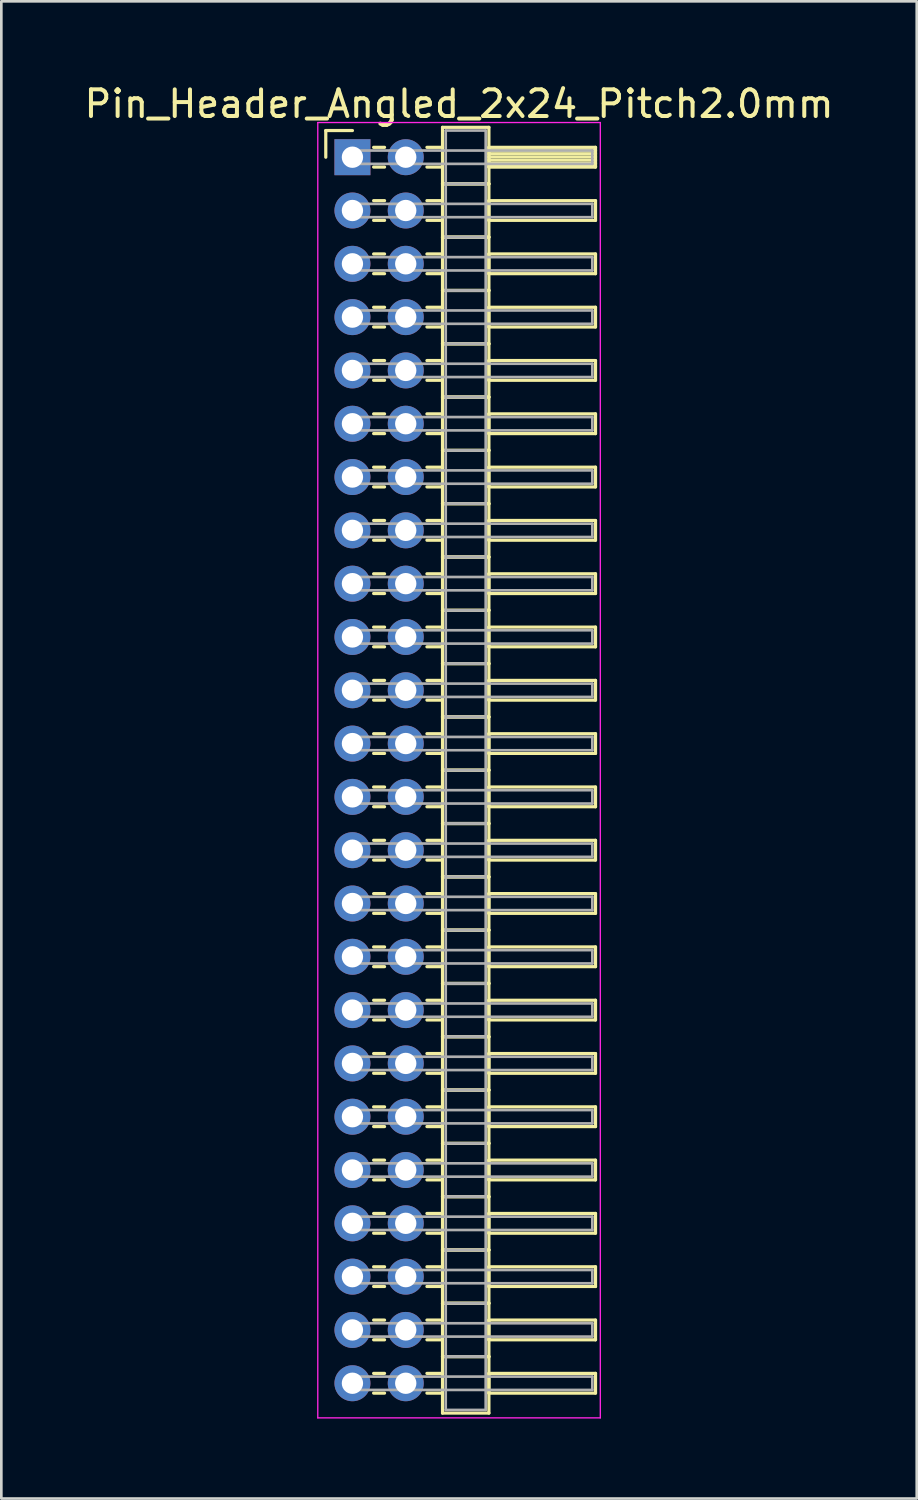
<source format=kicad_pcb>
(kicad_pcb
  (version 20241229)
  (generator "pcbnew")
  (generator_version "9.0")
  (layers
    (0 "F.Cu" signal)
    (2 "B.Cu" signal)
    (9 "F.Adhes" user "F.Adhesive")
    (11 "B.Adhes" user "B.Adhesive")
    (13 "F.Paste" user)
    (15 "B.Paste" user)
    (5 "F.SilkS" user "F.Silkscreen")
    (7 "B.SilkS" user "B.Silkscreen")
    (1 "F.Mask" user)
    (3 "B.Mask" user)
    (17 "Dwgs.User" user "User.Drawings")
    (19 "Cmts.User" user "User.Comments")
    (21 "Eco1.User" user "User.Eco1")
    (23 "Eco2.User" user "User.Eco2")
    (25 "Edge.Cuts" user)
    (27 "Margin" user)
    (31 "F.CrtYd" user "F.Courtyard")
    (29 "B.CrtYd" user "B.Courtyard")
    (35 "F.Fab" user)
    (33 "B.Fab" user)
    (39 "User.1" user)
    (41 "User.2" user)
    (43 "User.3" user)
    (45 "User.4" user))
  (footprint "Pin_Header_Angled_2x24_Pitch2.0mm"
    (layer "F.Cu")
    (at 10.173 2.848)
    (property "Reference" "Pin_Header_Angled_2x24_Pitch2.0mm" (at 4 -2 0) (layer "F.SilkS") (effects (font (size 1 1) (thickness 0.15))))
    (attr through_hole)
    (fp_line (start -1 -1) (end 0 -1) (stroke (width 0.12) (type solid)) (layer "F.SilkS"))
    (fp_line (start -1 0) (end -1 -1) (stroke (width 0.12) (type solid)) (layer "F.SilkS"))
    (fp_line (start 0.795 -0.37) (end 1.205 -0.37) (stroke (width 0.12) (type solid)) (layer "F.SilkS"))
    (fp_line (start 0.795 0.37) (end 1.205 0.37) (stroke (width 0.12) (type solid)) (layer "F.SilkS"))
    (fp_line (start 0.795 1.63) (end 1.205 1.63) (stroke (width 0.12) (type solid)) (layer "F.SilkS"))
    (fp_line (start 0.795 2.37) (end 1.205 2.37) (stroke (width 0.12) (type solid)) (layer "F.SilkS"))
    (fp_line (start 0.795 3.63) (end 1.205 3.63) (stroke (width 0.12) (type solid)) (layer "F.SilkS"))
    (fp_line (start 0.795 4.37) (end 1.205 4.37) (stroke (width 0.12) (type solid)) (layer "F.SilkS"))
    (fp_line (start 0.795 5.63) (end 1.205 5.63) (stroke (width 0.12) (type solid)) (layer "F.SilkS"))
    (fp_line (start 0.795 6.37) (end 1.205 6.37) (stroke (width 0.12) (type solid)) (layer "F.SilkS"))
    (fp_line (start 0.795 7.63) (end 1.205 7.63) (stroke (width 0.12) (type solid)) (layer "F.SilkS"))
    (fp_line (start 0.795 8.37) (end 1.205 8.37) (stroke (width 0.12) (type solid)) (layer "F.SilkS"))
    (fp_line (start 0.795 9.63) (end 1.205 9.63) (stroke (width 0.12) (type solid)) (layer "F.SilkS"))
    (fp_line (start 0.795 10.37) (end 1.205 10.37) (stroke (width 0.12) (type solid)) (layer "F.SilkS"))
    (fp_line (start 0.795 11.63) (end 1.205 11.63) (stroke (width 0.12) (type solid)) (layer "F.SilkS"))
    (fp_line (start 0.795 12.37) (end 1.205 12.37) (stroke (width 0.12) (type solid)) (layer "F.SilkS"))
    (fp_line (start 0.795 13.63) (end 1.205 13.63) (stroke (width 0.12) (type solid)) (layer "F.SilkS"))
    (fp_line (start 0.795 14.37) (end 1.205 14.37) (stroke (width 0.12) (type solid)) (layer "F.SilkS"))
    (fp_line (start 0.795 15.63) (end 1.205 15.63) (stroke (width 0.12) (type solid)) (layer "F.SilkS"))
    (fp_line (start 0.795 16.37) (end 1.205 16.37) (stroke (width 0.12) (type solid)) (layer "F.SilkS"))
    (fp_line (start 0.795 17.63) (end 1.205 17.63) (stroke (width 0.12) (type solid)) (layer "F.SilkS"))
    (fp_line (start 0.795 18.37) (end 1.205 18.37) (stroke (width 0.12) (type solid)) (layer "F.SilkS"))
    (fp_line (start 0.795 19.63) (end 1.205 19.63) (stroke (width 0.12) (type solid)) (layer "F.SilkS"))
    (fp_line (start 0.795 20.37) (end 1.205 20.37) (stroke (width 0.12) (type solid)) (layer "F.SilkS"))
    (fp_line (start 0.795 21.63) (end 1.205 21.63) (stroke (width 0.12) (type solid)) (layer "F.SilkS"))
    (fp_line (start 0.795 22.37) (end 1.205 22.37) (stroke (width 0.12) (type solid)) (layer "F.SilkS"))
    (fp_line (start 0.795 23.63) (end 1.205 23.63) (stroke (width 0.12) (type solid)) (layer "F.SilkS"))
    (fp_line (start 0.795 24.37) (end 1.205 24.37) (stroke (width 0.12) (type solid)) (layer "F.SilkS"))
    (fp_line (start 0.795 25.63) (end 1.205 25.63) (stroke (width 0.12) (type solid)) (layer "F.SilkS"))
    (fp_line (start 0.795 26.37) (end 1.205 26.37) (stroke (width 0.12) (type solid)) (layer "F.SilkS"))
    (fp_line (start 0.795 27.63) (end 1.205 27.63) (stroke (width 0.12) (type solid)) (layer "F.SilkS"))
    (fp_line (start 0.795 28.37) (end 1.205 28.37) (stroke (width 0.12) (type solid)) (layer "F.SilkS"))
    (fp_line (start 0.795 29.63) (end 1.205 29.63) (stroke (width 0.12) (type solid)) (layer "F.SilkS"))
    (fp_line (start 0.795 30.37) (end 1.205 30.37) (stroke (width 0.12) (type solid)) (layer "F.SilkS"))
    (fp_line (start 0.795 31.63) (end 1.205 31.63) (stroke (width 0.12) (type solid)) (layer "F.SilkS"))
    (fp_line (start 0.795 32.37) (end 1.205 32.37) (stroke (width 0.12) (type solid)) (layer "F.SilkS"))
    (fp_line (start 0.795 33.63) (end 1.205 33.63) (stroke (width 0.12) (type solid)) (layer "F.SilkS"))
    (fp_line (start 0.795 34.37) (end 1.205 34.37) (stroke (width 0.12) (type solid)) (layer "F.SilkS"))
    (fp_line (start 0.795 35.63) (end 1.205 35.63) (stroke (width 0.12) (type solid)) (layer "F.SilkS"))
    (fp_line (start 0.795 36.37) (end 1.205 36.37) (stroke (width 0.12) (type solid)) (layer "F.SilkS"))
    (fp_line (start 0.795 37.63) (end 1.205 37.63) (stroke (width 0.12) (type solid)) (layer "F.SilkS"))
    (fp_line (start 0.795 38.37) (end 1.205 38.37) (stroke (width 0.12) (type solid)) (layer "F.SilkS"))
    (fp_line (start 0.795 39.63) (end 1.205 39.63) (stroke (width 0.12) (type solid)) (layer "F.SilkS"))
    (fp_line (start 0.795 40.37) (end 1.205 40.37) (stroke (width 0.12) (type solid)) (layer "F.SilkS"))
    (fp_line (start 0.795 41.63) (end 1.205 41.63) (stroke (width 0.12) (type solid)) (layer "F.SilkS"))
    (fp_line (start 0.795 42.37) (end 1.205 42.37) (stroke (width 0.12) (type solid)) (layer "F.SilkS"))
    (fp_line (start 0.795 43.63) (end 1.205 43.63) (stroke (width 0.12) (type solid)) (layer "F.SilkS"))
    (fp_line (start 0.795 44.37) (end 1.205 44.37) (stroke (width 0.12) (type solid)) (layer "F.SilkS"))
    (fp_line (start 0.795 45.63) (end 1.205 45.63) (stroke (width 0.12) (type solid)) (layer "F.SilkS"))
    (fp_line (start 0.795 46.37) (end 1.205 46.37) (stroke (width 0.12) (type solid)) (layer "F.SilkS"))
    (fp_line (start 2.795 -0.37) (end 3.38 -0.37) (stroke (width 0.12) (type solid)) (layer "F.SilkS"))
    (fp_line (start 2.795 0.37) (end 3.38 0.37) (stroke (width 0.12) (type solid)) (layer "F.SilkS"))
    (fp_line (start 2.795 1.63) (end 3.38 1.63) (stroke (width 0.12) (type solid)) (layer "F.SilkS"))
    (fp_line (start 2.795 2.37) (end 3.38 2.37) (stroke (width 0.12) (type solid)) (layer "F.SilkS"))
    (fp_line (start 2.795 3.63) (end 3.38 3.63) (stroke (width 0.12) (type solid)) (layer "F.SilkS"))
    (fp_line (start 2.795 4.37) (end 3.38 4.37) (stroke (width 0.12) (type solid)) (layer "F.SilkS"))
    (fp_line (start 2.795 5.63) (end 3.38 5.63) (stroke (width 0.12) (type solid)) (layer "F.SilkS"))
    (fp_line (start 2.795 6.37) (end 3.38 6.37) (stroke (width 0.12) (type solid)) (layer "F.SilkS"))
    (fp_line (start 2.795 7.63) (end 3.38 7.63) (stroke (width 0.12) (type solid)) (layer "F.SilkS"))
    (fp_line (start 2.795 8.37) (end 3.38 8.37) (stroke (width 0.12) (type solid)) (layer "F.SilkS"))
    (fp_line (start 2.795 9.63) (end 3.38 9.63) (stroke (width 0.12) (type solid)) (layer "F.SilkS"))
    (fp_line (start 2.795 10.37) (end 3.38 10.37) (stroke (width 0.12) (type solid)) (layer "F.SilkS"))
    (fp_line (start 2.795 11.63) (end 3.38 11.63) (stroke (width 0.12) (type solid)) (layer "F.SilkS"))
    (fp_line (start 2.795 12.37) (end 3.38 12.37) (stroke (width 0.12) (type solid)) (layer "F.SilkS"))
    (fp_line (start 2.795 13.63) (end 3.38 13.63) (stroke (width 0.12) (type solid)) (layer "F.SilkS"))
    (fp_line (start 2.795 14.37) (end 3.38 14.37) (stroke (width 0.12) (type solid)) (layer "F.SilkS"))
    (fp_line (start 2.795 15.63) (end 3.38 15.63) (stroke (width 0.12) (type solid)) (layer "F.SilkS"))
    (fp_line (start 2.795 16.37) (end 3.38 16.37) (stroke (width 0.12) (type solid)) (layer "F.SilkS"))
    (fp_line (start 2.795 17.63) (end 3.38 17.63) (stroke (width 0.12) (type solid)) (layer "F.SilkS"))
    (fp_line (start 2.795 18.37) (end 3.38 18.37) (stroke (width 0.12) (type solid)) (layer "F.SilkS"))
    (fp_line (start 2.795 19.63) (end 3.38 19.63) (stroke (width 0.12) (type solid)) (layer "F.SilkS"))
    (fp_line (start 2.795 20.37) (end 3.38 20.37) (stroke (width 0.12) (type solid)) (layer "F.SilkS"))
    (fp_line (start 2.795 21.63) (end 3.38 21.63) (stroke (width 0.12) (type solid)) (layer "F.SilkS"))
    (fp_line (start 2.795 22.37) (end 3.38 22.37) (stroke (width 0.12) (type solid)) (layer "F.SilkS"))
    (fp_line (start 2.795 23.63) (end 3.38 23.63) (stroke (width 0.12) (type solid)) (layer "F.SilkS"))
    (fp_line (start 2.795 24.37) (end 3.38 24.37) (stroke (width 0.12) (type solid)) (layer "F.SilkS"))
    (fp_line (start 2.795 25.63) (end 3.38 25.63) (stroke (width 0.12) (type solid)) (layer "F.SilkS"))
    (fp_line (start 2.795 26.37) (end 3.38 26.37) (stroke (width 0.12) (type solid)) (layer "F.SilkS"))
    (fp_line (start 2.795 27.63) (end 3.38 27.63) (stroke (width 0.12) (type solid)) (layer "F.SilkS"))
    (fp_line (start 2.795 28.37) (end 3.38 28.37) (stroke (width 0.12) (type solid)) (layer "F.SilkS"))
    (fp_line (start 2.795 29.63) (end 3.38 29.63) (stroke (width 0.12) (type solid)) (layer "F.SilkS"))
    (fp_line (start 2.795 30.37) (end 3.38 30.37) (stroke (width 0.12) (type solid)) (layer "F.SilkS"))
    (fp_line (start 2.795 31.63) (end 3.38 31.63) (stroke (width 0.12) (type solid)) (layer "F.SilkS"))
    (fp_line (start 2.795 32.37) (end 3.38 32.37) (stroke (width 0.12) (type solid)) (layer "F.SilkS"))
    (fp_line (start 2.795 33.63) (end 3.38 33.63) (stroke (width 0.12) (type solid)) (layer "F.SilkS"))
    (fp_line (start 2.795 34.37) (end 3.38 34.37) (stroke (width 0.12) (type solid)) (layer "F.SilkS"))
    (fp_line (start 2.795 35.63) (end 3.38 35.63) (stroke (width 0.12) (type solid)) (layer "F.SilkS"))
    (fp_line (start 2.795 36.37) (end 3.38 36.37) (stroke (width 0.12) (type solid)) (layer "F.SilkS"))
    (fp_line (start 2.795 37.63) (end 3.38 37.63) (stroke (width 0.12) (type solid)) (layer "F.SilkS"))
    (fp_line (start 2.795 38.37) (end 3.38 38.37) (stroke (width 0.12) (type solid)) (layer "F.SilkS"))
    (fp_line (start 2.795 39.63) (end 3.38 39.63) (stroke (width 0.12) (type solid)) (layer "F.SilkS"))
    (fp_line (start 2.795 40.37) (end 3.38 40.37) (stroke (width 0.12) (type solid)) (layer "F.SilkS"))
    (fp_line (start 2.795 41.63) (end 3.38 41.63) (stroke (width 0.12) (type solid)) (layer "F.SilkS"))
    (fp_line (start 2.795 42.37) (end 3.38 42.37) (stroke (width 0.12) (type solid)) (layer "F.SilkS"))
    (fp_line (start 2.795 43.63) (end 3.38 43.63) (stroke (width 0.12) (type solid)) (layer "F.SilkS"))
    (fp_line (start 2.795 44.37) (end 3.38 44.37) (stroke (width 0.12) (type solid)) (layer "F.SilkS"))
    (fp_line (start 2.795 45.63) (end 3.38 45.63) (stroke (width 0.12) (type solid)) (layer "F.SilkS"))
    (fp_line (start 2.795 46.37) (end 3.38 46.37) (stroke (width 0.12) (type solid)) (layer "F.SilkS"))
    (fp_line (start 3.38 -1.12) (end 3.38 1) (stroke (width 0.12) (type solid)) (layer "F.SilkS"))
    (fp_line (start 3.38 1) (end 3.38 3) (stroke (width 0.12) (type solid)) (layer "F.SilkS"))
    (fp_line (start 3.38 1) (end 5.12 1) (stroke (width 0.12) (type solid)) (layer "F.SilkS"))
    (fp_line (start 3.38 3) (end 3.38 5) (stroke (width 0.12) (type solid)) (layer "F.SilkS"))
    (fp_line (start 3.38 3) (end 5.12 3) (stroke (width 0.12) (type solid)) (layer "F.SilkS"))
    (fp_line (start 3.38 5) (end 3.38 7) (stroke (width 0.12) (type solid)) (layer "F.SilkS"))
    (fp_line (start 3.38 5) (end 5.12 5) (stroke (width 0.12) (type solid)) (layer "F.SilkS"))
    (fp_line (start 3.38 7) (end 3.38 9) (stroke (width 0.12) (type solid)) (layer "F.SilkS"))
    (fp_line (start 3.38 7) (end 5.12 7) (stroke (width 0.12) (type solid)) (layer "F.SilkS"))
    (fp_line (start 3.38 9) (end 3.38 11) (stroke (width 0.12) (type solid)) (layer "F.SilkS"))
    (fp_line (start 3.38 9) (end 5.12 9) (stroke (width 0.12) (type solid)) (layer "F.SilkS"))
    (fp_line (start 3.38 11) (end 3.38 13) (stroke (width 0.12) (type solid)) (layer "F.SilkS"))
    (fp_line (start 3.38 11) (end 5.12 11) (stroke (width 0.12) (type solid)) (layer "F.SilkS"))
    (fp_line (start 3.38 13) (end 3.38 15) (stroke (width 0.12) (type solid)) (layer "F.SilkS"))
    (fp_line (start 3.38 13) (end 5.12 13) (stroke (width 0.12) (type solid)) (layer "F.SilkS"))
    (fp_line (start 3.38 15) (end 3.38 17) (stroke (width 0.12) (type solid)) (layer "F.SilkS"))
    (fp_line (start 3.38 15) (end 5.12 15) (stroke (width 0.12) (type solid)) (layer "F.SilkS"))
    (fp_line (start 3.38 17) (end 3.38 19) (stroke (width 0.12) (type solid)) (layer "F.SilkS"))
    (fp_line (start 3.38 17) (end 5.12 17) (stroke (width 0.12) (type solid)) (layer "F.SilkS"))
    (fp_line (start 3.38 19) (end 3.38 21) (stroke (width 0.12) (type solid)) (layer "F.SilkS"))
    (fp_line (start 3.38 19) (end 5.12 19) (stroke (width 0.12) (type solid)) (layer "F.SilkS"))
    (fp_line (start 3.38 21) (end 3.38 23) (stroke (width 0.12) (type solid)) (layer "F.SilkS"))
    (fp_line (start 3.38 21) (end 5.12 21) (stroke (width 0.12) (type solid)) (layer "F.SilkS"))
    (fp_line (start 3.38 23) (end 3.38 25) (stroke (width 0.12) (type solid)) (layer "F.SilkS"))
    (fp_line (start 3.38 23) (end 5.12 23) (stroke (width 0.12) (type solid)) (layer "F.SilkS"))
    (fp_line (start 3.38 25) (end 3.38 27) (stroke (width 0.12) (type solid)) (layer "F.SilkS"))
    (fp_line (start 3.38 25) (end 5.12 25) (stroke (width 0.12) (type solid)) (layer "F.SilkS"))
    (fp_line (start 3.38 27) (end 3.38 29) (stroke (width 0.12) (type solid)) (layer "F.SilkS"))
    (fp_line (start 3.38 27) (end 5.12 27) (stroke (width 0.12) (type solid)) (layer "F.SilkS"))
    (fp_line (start 3.38 29) (end 3.38 31) (stroke (width 0.12) (type solid)) (layer "F.SilkS"))
    (fp_line (start 3.38 29) (end 5.12 29) (stroke (width 0.12) (type solid)) (layer "F.SilkS"))
    (fp_line (start 3.38 31) (end 3.38 33) (stroke (width 0.12) (type solid)) (layer "F.SilkS"))
    (fp_line (start 3.38 31) (end 5.12 31) (stroke (width 0.12) (type solid)) (layer "F.SilkS"))
    (fp_line (start 3.38 33) (end 3.38 35) (stroke (width 0.12) (type solid)) (layer "F.SilkS"))
    (fp_line (start 3.38 33) (end 5.12 33) (stroke (width 0.12) (type solid)) (layer "F.SilkS"))
    (fp_line (start 3.38 35) (end 3.38 37) (stroke (width 0.12) (type solid)) (layer "F.SilkS"))
    (fp_line (start 3.38 35) (end 5.12 35) (stroke (width 0.12) (type solid)) (layer "F.SilkS"))
    (fp_line (start 3.38 37) (end 3.38 39) (stroke (width 0.12) (type solid)) (layer "F.SilkS"))
    (fp_line (start 3.38 37) (end 5.12 37) (stroke (width 0.12) (type solid)) (layer "F.SilkS"))
    (fp_line (start 3.38 39) (end 3.38 41) (stroke (width 0.12) (type solid)) (layer "F.SilkS"))
    (fp_line (start 3.38 39) (end 5.12 39) (stroke (width 0.12) (type solid)) (layer "F.SilkS"))
    (fp_line (start 3.38 41) (end 3.38 43) (stroke (width 0.12) (type solid)) (layer "F.SilkS"))
    (fp_line (start 3.38 41) (end 5.12 41) (stroke (width 0.12) (type solid)) (layer "F.SilkS"))
    (fp_line (start 3.38 43) (end 3.38 45) (stroke (width 0.12) (type solid)) (layer "F.SilkS"))
    (fp_line (start 3.38 43) (end 5.12 43) (stroke (width 0.12) (type solid)) (layer "F.SilkS"))
    (fp_line (start 3.38 45) (end 3.38 47.12) (stroke (width 0.12) (type solid)) (layer "F.SilkS"))
    (fp_line (start 3.38 45) (end 5.12 45) (stroke (width 0.12) (type solid)) (layer "F.SilkS"))
    (fp_line (start 3.38 47.12) (end 5.12 47.12) (stroke (width 0.12) (type solid)) (layer "F.SilkS"))
    (fp_line (start 5.12 -1.12) (end 3.38 -1.12) (stroke (width 0.12) (type solid)) (layer "F.SilkS"))
    (fp_line (start 5.12 -0.37) (end 5.12 0.37) (stroke (width 0.12) (type solid)) (layer "F.SilkS"))
    (fp_line (start 5.12 -0.25) (end 9.12 -0.25) (stroke (width 0.12) (type solid)) (layer "F.SilkS"))
    (fp_line (start 5.12 -0.13) (end 9.12 -0.13) (stroke (width 0.12) (type solid)) (layer "F.SilkS"))
    (fp_line (start 5.12 -0.01) (end 9.12 -0.01) (stroke (width 0.12) (type solid)) (layer "F.SilkS"))
    (fp_line (start 5.12 0.11) (end 9.12 0.11) (stroke (width 0.12) (type solid)) (layer "F.SilkS"))
    (fp_line (start 5.12 0.23) (end 9.12 0.23) (stroke (width 0.12) (type solid)) (layer "F.SilkS"))
    (fp_line (start 5.12 0.35) (end 9.12 0.35) (stroke (width 0.12) (type solid)) (layer "F.SilkS"))
    (fp_line (start 5.12 0.37) (end 9.12 0.37) (stroke (width 0.12) (type solid)) (layer "F.SilkS"))
    (fp_line (start 5.12 1) (end 3.38 1) (stroke (width 0.12) (type solid)) (layer "F.SilkS"))
    (fp_line (start 5.12 1) (end 5.12 -1.12) (stroke (width 0.12) (type solid)) (layer "F.SilkS"))
    (fp_line (start 5.12 1.63) (end 5.12 2.37) (stroke (width 0.12) (type solid)) (layer "F.SilkS"))
    (fp_line (start 5.12 2.37) (end 9.12 2.37) (stroke (width 0.12) (type solid)) (layer "F.SilkS"))
    (fp_line (start 5.12 3) (end 3.38 3) (stroke (width 0.12) (type solid)) (layer "F.SilkS"))
    (fp_line (start 5.12 3) (end 5.12 1) (stroke (width 0.12) (type solid)) (layer "F.SilkS"))
    (fp_line (start 5.12 3.63) (end 5.12 4.37) (stroke (width 0.12) (type solid)) (layer "F.SilkS"))
    (fp_line (start 5.12 4.37) (end 9.12 4.37) (stroke (width 0.12) (type solid)) (layer "F.SilkS"))
    (fp_line (start 5.12 5) (end 3.38 5) (stroke (width 0.12) (type solid)) (layer "F.SilkS"))
    (fp_line (start 5.12 5) (end 5.12 3) (stroke (width 0.12) (type solid)) (layer "F.SilkS"))
    (fp_line (start 5.12 5.63) (end 5.12 6.37) (stroke (width 0.12) (type solid)) (layer "F.SilkS"))
    (fp_line (start 5.12 6.37) (end 9.12 6.37) (stroke (width 0.12) (type solid)) (layer "F.SilkS"))
    (fp_line (start 5.12 7) (end 3.38 7) (stroke (width 0.12) (type solid)) (layer "F.SilkS"))
    (fp_line (start 5.12 7) (end 5.12 5) (stroke (width 0.12) (type solid)) (layer "F.SilkS"))
    (fp_line (start 5.12 7.63) (end 5.12 8.37) (stroke (width 0.12) (type solid)) (layer "F.SilkS"))
    (fp_line (start 5.12 8.37) (end 9.12 8.37) (stroke (width 0.12) (type solid)) (layer "F.SilkS"))
    (fp_line (start 5.12 9) (end 3.38 9) (stroke (width 0.12) (type solid)) (layer "F.SilkS"))
    (fp_line (start 5.12 9) (end 5.12 7) (stroke (width 0.12) (type solid)) (layer "F.SilkS"))
    (fp_line (start 5.12 9.63) (end 5.12 10.37) (stroke (width 0.12) (type solid)) (layer "F.SilkS"))
    (fp_line (start 5.12 10.37) (end 9.12 10.37) (stroke (width 0.12) (type solid)) (layer "F.SilkS"))
    (fp_line (start 5.12 11) (end 3.38 11) (stroke (width 0.12) (type solid)) (layer "F.SilkS"))
    (fp_line (start 5.12 11) (end 5.12 9) (stroke (width 0.12) (type solid)) (layer "F.SilkS"))
    (fp_line (start 5.12 11.63) (end 5.12 12.37) (stroke (width 0.12) (type solid)) (layer "F.SilkS"))
    (fp_line (start 5.12 12.37) (end 9.12 12.37) (stroke (width 0.12) (type solid)) (layer "F.SilkS"))
    (fp_line (start 5.12 13) (end 3.38 13) (stroke (width 0.12) (type solid)) (layer "F.SilkS"))
    (fp_line (start 5.12 13) (end 5.12 11) (stroke (width 0.12) (type solid)) (layer "F.SilkS"))
    (fp_line (start 5.12 13.63) (end 5.12 14.37) (stroke (width 0.12) (type solid)) (layer "F.SilkS"))
    (fp_line (start 5.12 14.37) (end 9.12 14.37) (stroke (width 0.12) (type solid)) (layer "F.SilkS"))
    (fp_line (start 5.12 15) (end 3.38 15) (stroke (width 0.12) (type solid)) (layer "F.SilkS"))
    (fp_line (start 5.12 15) (end 5.12 13) (stroke (width 0.12) (type solid)) (layer "F.SilkS"))
    (fp_line (start 5.12 15.63) (end 5.12 16.37) (stroke (width 0.12) (type solid)) (layer "F.SilkS"))
    (fp_line (start 5.12 16.37) (end 9.12 16.37) (stroke (width 0.12) (type solid)) (layer "F.SilkS"))
    (fp_line (start 5.12 17) (end 3.38 17) (stroke (width 0.12) (type solid)) (layer "F.SilkS"))
    (fp_line (start 5.12 17) (end 5.12 15) (stroke (width 0.12) (type solid)) (layer "F.SilkS"))
    (fp_line (start 5.12 17.63) (end 5.12 18.37) (stroke (width 0.12) (type solid)) (layer "F.SilkS"))
    (fp_line (start 5.12 18.37) (end 9.12 18.37) (stroke (width 0.12) (type solid)) (layer "F.SilkS"))
    (fp_line (start 5.12 19) (end 3.38 19) (stroke (width 0.12) (type solid)) (layer "F.SilkS"))
    (fp_line (start 5.12 19) (end 5.12 17) (stroke (width 0.12) (type solid)) (layer "F.SilkS"))
    (fp_line (start 5.12 19.63) (end 5.12 20.37) (stroke (width 0.12) (type solid)) (layer "F.SilkS"))
    (fp_line (start 5.12 20.37) (end 9.12 20.37) (stroke (width 0.12) (type solid)) (layer "F.SilkS"))
    (fp_line (start 5.12 21) (end 3.38 21) (stroke (width 0.12) (type solid)) (layer "F.SilkS"))
    (fp_line (start 5.12 21) (end 5.12 19) (stroke (width 0.12) (type solid)) (layer "F.SilkS"))
    (fp_line (start 5.12 21.63) (end 5.12 22.37) (stroke (width 0.12) (type solid)) (layer "F.SilkS"))
    (fp_line (start 5.12 22.37) (end 9.12 22.37) (stroke (width 0.12) (type solid)) (layer "F.SilkS"))
    (fp_line (start 5.12 23) (end 3.38 23) (stroke (width 0.12) (type solid)) (layer "F.SilkS"))
    (fp_line (start 5.12 23) (end 5.12 21) (stroke (width 0.12) (type solid)) (layer "F.SilkS"))
    (fp_line (start 5.12 23.63) (end 5.12 24.37) (stroke (width 0.12) (type solid)) (layer "F.SilkS"))
    (fp_line (start 5.12 24.37) (end 9.12 24.37) (stroke (width 0.12) (type solid)) (layer "F.SilkS"))
    (fp_line (start 5.12 25) (end 3.38 25) (stroke (width 0.12) (type solid)) (layer "F.SilkS"))
    (fp_line (start 5.12 25) (end 5.12 23) (stroke (width 0.12) (type solid)) (layer "F.SilkS"))
    (fp_line (start 5.12 25.63) (end 5.12 26.37) (stroke (width 0.12) (type solid)) (layer "F.SilkS"))
    (fp_line (start 5.12 26.37) (end 9.12 26.37) (stroke (width 0.12) (type solid)) (layer "F.SilkS"))
    (fp_line (start 5.12 27) (end 3.38 27) (stroke (width 0.12) (type solid)) (layer "F.SilkS"))
    (fp_line (start 5.12 27) (end 5.12 25) (stroke (width 0.12) (type solid)) (layer "F.SilkS"))
    (fp_line (start 5.12 27.63) (end 5.12 28.37) (stroke (width 0.12) (type solid)) (layer "F.SilkS"))
    (fp_line (start 5.12 28.37) (end 9.12 28.37) (stroke (width 0.12) (type solid)) (layer "F.SilkS"))
    (fp_line (start 5.12 29) (end 3.38 29) (stroke (width 0.12) (type solid)) (layer "F.SilkS"))
    (fp_line (start 5.12 29) (end 5.12 27) (stroke (width 0.12) (type solid)) (layer "F.SilkS"))
    (fp_line (start 5.12 29.63) (end 5.12 30.37) (stroke (width 0.12) (type solid)) (layer "F.SilkS"))
    (fp_line (start 5.12 30.37) (end 9.12 30.37) (stroke (width 0.12) (type solid)) (layer "F.SilkS"))
    (fp_line (start 5.12 31) (end 3.38 31) (stroke (width 0.12) (type solid)) (layer "F.SilkS"))
    (fp_line (start 5.12 31) (end 5.12 29) (stroke (width 0.12) (type solid)) (layer "F.SilkS"))
    (fp_line (start 5.12 31.63) (end 5.12 32.37) (stroke (width 0.12) (type solid)) (layer "F.SilkS"))
    (fp_line (start 5.12 32.37) (end 9.12 32.37) (stroke (width 0.12) (type solid)) (layer "F.SilkS"))
    (fp_line (start 5.12 33) (end 3.38 33) (stroke (width 0.12) (type solid)) (layer "F.SilkS"))
    (fp_line (start 5.12 33) (end 5.12 31) (stroke (width 0.12) (type solid)) (layer "F.SilkS"))
    (fp_line (start 5.12 33.63) (end 5.12 34.37) (stroke (width 0.12) (type solid)) (layer "F.SilkS"))
    (fp_line (start 5.12 34.37) (end 9.12 34.37) (stroke (width 0.12) (type solid)) (layer "F.SilkS"))
    (fp_line (start 5.12 35) (end 3.38 35) (stroke (width 0.12) (type solid)) (layer "F.SilkS"))
    (fp_line (start 5.12 35) (end 5.12 33) (stroke (width 0.12) (type solid)) (layer "F.SilkS"))
    (fp_line (start 5.12 35.63) (end 5.12 36.37) (stroke (width 0.12) (type solid)) (layer "F.SilkS"))
    (fp_line (start 5.12 36.37) (end 9.12 36.37) (stroke (width 0.12) (type solid)) (layer "F.SilkS"))
    (fp_line (start 5.12 37) (end 3.38 37) (stroke (width 0.12) (type solid)) (layer "F.SilkS"))
    (fp_line (start 5.12 37) (end 5.12 35) (stroke (width 0.12) (type solid)) (layer "F.SilkS"))
    (fp_line (start 5.12 37.63) (end 5.12 38.37) (stroke (width 0.12) (type solid)) (layer "F.SilkS"))
    (fp_line (start 5.12 38.37) (end 9.12 38.37) (stroke (width 0.12) (type solid)) (layer "F.SilkS"))
    (fp_line (start 5.12 39) (end 3.38 39) (stroke (width 0.12) (type solid)) (layer "F.SilkS"))
    (fp_line (start 5.12 39) (end 5.12 37) (stroke (width 0.12) (type solid)) (layer "F.SilkS"))
    (fp_line (start 5.12 39.63) (end 5.12 40.37) (stroke (width 0.12) (type solid)) (layer "F.SilkS"))
    (fp_line (start 5.12 40.37) (end 9.12 40.37) (stroke (width 0.12) (type solid)) (layer "F.SilkS"))
    (fp_line (start 5.12 41) (end 3.38 41) (stroke (width 0.12) (type solid)) (layer "F.SilkS"))
    (fp_line (start 5.12 41) (end 5.12 39) (stroke (width 0.12) (type solid)) (layer "F.SilkS"))
    (fp_line (start 5.12 41.63) (end 5.12 42.37) (stroke (width 0.12) (type solid)) (layer "F.SilkS"))
    (fp_line (start 5.12 42.37) (end 9.12 42.37) (stroke (width 0.12) (type solid)) (layer "F.SilkS"))
    (fp_line (start 5.12 43) (end 3.38 43) (stroke (width 0.12) (type solid)) (layer "F.SilkS"))
    (fp_line (start 5.12 43) (end 5.12 41) (stroke (width 0.12) (type solid)) (layer "F.SilkS"))
    (fp_line (start 5.12 43.63) (end 5.12 44.37) (stroke (width 0.12) (type solid)) (layer "F.SilkS"))
    (fp_line (start 5.12 44.37) (end 9.12 44.37) (stroke (width 0.12) (type solid)) (layer "F.SilkS"))
    (fp_line (start 5.12 45) (end 3.38 45) (stroke (width 0.12) (type solid)) (layer "F.SilkS"))
    (fp_line (start 5.12 45) (end 5.12 43) (stroke (width 0.12) (type solid)) (layer "F.SilkS"))
    (fp_line (start 5.12 45.63) (end 5.12 46.37) (stroke (width 0.12) (type solid)) (layer "F.SilkS"))
    (fp_line (start 5.12 46.37) (end 9.12 46.37) (stroke (width 0.12) (type solid)) (layer "F.SilkS"))
    (fp_line (start 5.12 47.12) (end 5.12 45) (stroke (width 0.12) (type solid)) (layer "F.SilkS"))
    (fp_line (start 9.12 -0.37) (end 5.12 -0.37) (stroke (width 0.12) (type solid)) (layer "F.SilkS"))
    (fp_line (start 9.12 0.37) (end 9.12 -0.37) (stroke (width 0.12) (type solid)) (layer "F.SilkS"))
    (fp_line (start 9.12 1.63) (end 5.12 1.63) (stroke (width 0.12) (type solid)) (layer "F.SilkS"))
    (fp_line (start 9.12 2.37) (end 9.12 1.63) (stroke (width 0.12) (type solid)) (layer "F.SilkS"))
    (fp_line (start 9.12 3.63) (end 5.12 3.63) (stroke (width 0.12) (type solid)) (layer "F.SilkS"))
    (fp_line (start 9.12 4.37) (end 9.12 3.63) (stroke (width 0.12) (type solid)) (layer "F.SilkS"))
    (fp_line (start 9.12 5.63) (end 5.12 5.63) (stroke (width 0.12) (type solid)) (layer "F.SilkS"))
    (fp_line (start 9.12 6.37) (end 9.12 5.63) (stroke (width 0.12) (type solid)) (layer "F.SilkS"))
    (fp_line (start 9.12 7.63) (end 5.12 7.63) (stroke (width 0.12) (type solid)) (layer "F.SilkS"))
    (fp_line (start 9.12 8.37) (end 9.12 7.63) (stroke (width 0.12) (type solid)) (layer "F.SilkS"))
    (fp_line (start 9.12 9.63) (end 5.12 9.63) (stroke (width 0.12) (type solid)) (layer "F.SilkS"))
    (fp_line (start 9.12 10.37) (end 9.12 9.63) (stroke (width 0.12) (type solid)) (layer "F.SilkS"))
    (fp_line (start 9.12 11.63) (end 5.12 11.63) (stroke (width 0.12) (type solid)) (layer "F.SilkS"))
    (fp_line (start 9.12 12.37) (end 9.12 11.63) (stroke (width 0.12) (type solid)) (layer "F.SilkS"))
    (fp_line (start 9.12 13.63) (end 5.12 13.63) (stroke (width 0.12) (type solid)) (layer "F.SilkS"))
    (fp_line (start 9.12 14.37) (end 9.12 13.63) (stroke (width 0.12) (type solid)) (layer "F.SilkS"))
    (fp_line (start 9.12 15.63) (end 5.12 15.63) (stroke (width 0.12) (type solid)) (layer "F.SilkS"))
    (fp_line (start 9.12 16.37) (end 9.12 15.63) (stroke (width 0.12) (type solid)) (layer "F.SilkS"))
    (fp_line (start 9.12 17.63) (end 5.12 17.63) (stroke (width 0.12) (type solid)) (layer "F.SilkS"))
    (fp_line (start 9.12 18.37) (end 9.12 17.63) (stroke (width 0.12) (type solid)) (layer "F.SilkS"))
    (fp_line (start 9.12 19.63) (end 5.12 19.63) (stroke (width 0.12) (type solid)) (layer "F.SilkS"))
    (fp_line (start 9.12 20.37) (end 9.12 19.63) (stroke (width 0.12) (type solid)) (layer "F.SilkS"))
    (fp_line (start 9.12 21.63) (end 5.12 21.63) (stroke (width 0.12) (type solid)) (layer "F.SilkS"))
    (fp_line (start 9.12 22.37) (end 9.12 21.63) (stroke (width 0.12) (type solid)) (layer "F.SilkS"))
    (fp_line (start 9.12 23.63) (end 5.12 23.63) (stroke (width 0.12) (type solid)) (layer "F.SilkS"))
    (fp_line (start 9.12 24.37) (end 9.12 23.63) (stroke (width 0.12) (type solid)) (layer "F.SilkS"))
    (fp_line (start 9.12 25.63) (end 5.12 25.63) (stroke (width 0.12) (type solid)) (layer "F.SilkS"))
    (fp_line (start 9.12 26.37) (end 9.12 25.63) (stroke (width 0.12) (type solid)) (layer "F.SilkS"))
    (fp_line (start 9.12 27.63) (end 5.12 27.63) (stroke (width 0.12) (type solid)) (layer "F.SilkS"))
    (fp_line (start 9.12 28.37) (end 9.12 27.63) (stroke (width 0.12) (type solid)) (layer "F.SilkS"))
    (fp_line (start 9.12 29.63) (end 5.12 29.63) (stroke (width 0.12) (type solid)) (layer "F.SilkS"))
    (fp_line (start 9.12 30.37) (end 9.12 29.63) (stroke (width 0.12) (type solid)) (layer "F.SilkS"))
    (fp_line (start 9.12 31.63) (end 5.12 31.63) (stroke (width 0.12) (type solid)) (layer "F.SilkS"))
    (fp_line (start 9.12 32.37) (end 9.12 31.63) (stroke (width 0.12) (type solid)) (layer "F.SilkS"))
    (fp_line (start 9.12 33.63) (end 5.12 33.63) (stroke (width 0.12) (type solid)) (layer "F.SilkS"))
    (fp_line (start 9.12 34.37) (end 9.12 33.63) (stroke (width 0.12) (type solid)) (layer "F.SilkS"))
    (fp_line (start 9.12 35.63) (end 5.12 35.63) (stroke (width 0.12) (type solid)) (layer "F.SilkS"))
    (fp_line (start 9.12 36.37) (end 9.12 35.63) (stroke (width 0.12) (type solid)) (layer "F.SilkS"))
    (fp_line (start 9.12 37.63) (end 5.12 37.63) (stroke (width 0.12) (type solid)) (layer "F.SilkS"))
    (fp_line (start 9.12 38.37) (end 9.12 37.63) (stroke (width 0.12) (type solid)) (layer "F.SilkS"))
    (fp_line (start 9.12 39.63) (end 5.12 39.63) (stroke (width 0.12) (type solid)) (layer "F.SilkS"))
    (fp_line (start 9.12 40.37) (end 9.12 39.63) (stroke (width 0.12) (type solid)) (layer "F.SilkS"))
    (fp_line (start 9.12 41.63) (end 5.12 41.63) (stroke (width 0.12) (type solid)) (layer "F.SilkS"))
    (fp_line (start 9.12 42.37) (end 9.12 41.63) (stroke (width 0.12) (type solid)) (layer "F.SilkS"))
    (fp_line (start 9.12 43.63) (end 5.12 43.63) (stroke (width 0.12) (type solid)) (layer "F.SilkS"))
    (fp_line (start 9.12 44.37) (end 9.12 43.63) (stroke (width 0.12) (type solid)) (layer "F.SilkS"))
    (fp_line (start 9.12 45.63) (end 5.12 45.63) (stroke (width 0.12) (type solid)) (layer "F.SilkS"))
    (fp_line (start 9.12 46.37) (end 9.12 45.63) (stroke (width 0.12) (type solid)) (layer "F.SilkS"))
    (fp_line (start -1.3 -1.3) (end -1.3 47.3) (stroke (width 0.05) (type solid)) (layer "F.CrtYd"))
    (fp_line (start -1.3 47.3) (end 9.3 47.3) (stroke (width 0.05) (type solid)) (layer "F.CrtYd"))
    (fp_line (start 9.3 -1.3) (end -1.3 -1.3) (stroke (width 0.05) (type solid)) (layer "F.CrtYd"))
    (fp_line (start 9.3 47.3) (end 9.3 -1.3) (stroke (width 0.05) (type solid)) (layer "F.CrtYd"))
    (fp_line (start 0 -0.25) (end 0 0.25) (stroke (width 0.1) (type solid)) (layer "F.Fab"))
    (fp_line (start 0 0.25) (end 9 0.25) (stroke (width 0.1) (type solid)) (layer "F.Fab"))
    (fp_line (start 0 1.75) (end 0 2.25) (stroke (width 0.1) (type solid)) (layer "F.Fab"))
    (fp_line (start 0 2.25) (end 9 2.25) (stroke (width 0.1) (type solid)) (layer "F.Fab"))
    (fp_line (start 0 3.75) (end 0 4.25) (stroke (width 0.1) (type solid)) (layer "F.Fab"))
    (fp_line (start 0 4.25) (end 9 4.25) (stroke (width 0.1) (type solid)) (layer "F.Fab"))
    (fp_line (start 0 5.75) (end 0 6.25) (stroke (width 0.1) (type solid)) (layer "F.Fab"))
    (fp_line (start 0 6.25) (end 9 6.25) (stroke (width 0.1) (type solid)) (layer "F.Fab"))
    (fp_line (start 0 7.75) (end 0 8.25) (stroke (width 0.1) (type solid)) (layer "F.Fab"))
    (fp_line (start 0 8.25) (end 9 8.25) (stroke (width 0.1) (type solid)) (layer "F.Fab"))
    (fp_line (start 0 9.75) (end 0 10.25) (stroke (width 0.1) (type solid)) (layer "F.Fab"))
    (fp_line (start 0 10.25) (end 9 10.25) (stroke (width 0.1) (type solid)) (layer "F.Fab"))
    (fp_line (start 0 11.75) (end 0 12.25) (stroke (width 0.1) (type solid)) (layer "F.Fab"))
    (fp_line (start 0 12.25) (end 9 12.25) (stroke (width 0.1) (type solid)) (layer "F.Fab"))
    (fp_line (start 0 13.75) (end 0 14.25) (stroke (width 0.1) (type solid)) (layer "F.Fab"))
    (fp_line (start 0 14.25) (end 9 14.25) (stroke (width 0.1) (type solid)) (layer "F.Fab"))
    (fp_line (start 0 15.75) (end 0 16.25) (stroke (width 0.1) (type solid)) (layer "F.Fab"))
    (fp_line (start 0 16.25) (end 9 16.25) (stroke (width 0.1) (type solid)) (layer "F.Fab"))
    (fp_line (start 0 17.75) (end 0 18.25) (stroke (width 0.1) (type solid)) (layer "F.Fab"))
    (fp_line (start 0 18.25) (end 9 18.25) (stroke (width 0.1) (type solid)) (layer "F.Fab"))
    (fp_line (start 0 19.75) (end 0 20.25) (stroke (width 0.1) (type solid)) (layer "F.Fab"))
    (fp_line (start 0 20.25) (end 9 20.25) (stroke (width 0.1) (type solid)) (layer "F.Fab"))
    (fp_line (start 0 21.75) (end 0 22.25) (stroke (width 0.1) (type solid)) (layer "F.Fab"))
    (fp_line (start 0 22.25) (end 9 22.25) (stroke (width 0.1) (type solid)) (layer "F.Fab"))
    (fp_line (start 0 23.75) (end 0 24.25) (stroke (width 0.1) (type solid)) (layer "F.Fab"))
    (fp_line (start 0 24.25) (end 9 24.25) (stroke (width 0.1) (type solid)) (layer "F.Fab"))
    (fp_line (start 0 25.75) (end 0 26.25) (stroke (width 0.1) (type solid)) (layer "F.Fab"))
    (fp_line (start 0 26.25) (end 9 26.25) (stroke (width 0.1) (type solid)) (layer "F.Fab"))
    (fp_line (start 0 27.75) (end 0 28.25) (stroke (width 0.1) (type solid)) (layer "F.Fab"))
    (fp_line (start 0 28.25) (end 9 28.25) (stroke (width 0.1) (type solid)) (layer "F.Fab"))
    (fp_line (start 0 29.75) (end 0 30.25) (stroke (width 0.1) (type solid)) (layer "F.Fab"))
    (fp_line (start 0 30.25) (end 9 30.25) (stroke (width 0.1) (type solid)) (layer "F.Fab"))
    (fp_line (start 0 31.75) (end 0 32.25) (stroke (width 0.1) (type solid)) (layer "F.Fab"))
    (fp_line (start 0 32.25) (end 9 32.25) (stroke (width 0.1) (type solid)) (layer "F.Fab"))
    (fp_line (start 0 33.75) (end 0 34.25) (stroke (width 0.1) (type solid)) (layer "F.Fab"))
    (fp_line (start 0 34.25) (end 9 34.25) (stroke (width 0.1) (type solid)) (layer "F.Fab"))
    (fp_line (start 0 35.75) (end 0 36.25) (stroke (width 0.1) (type solid)) (layer "F.Fab"))
    (fp_line (start 0 36.25) (end 9 36.25) (stroke (width 0.1) (type solid)) (layer "F.Fab"))
    (fp_line (start 0 37.75) (end 0 38.25) (stroke (width 0.1) (type solid)) (layer "F.Fab"))
    (fp_line (start 0 38.25) (end 9 38.25) (stroke (width 0.1) (type solid)) (layer "F.Fab"))
    (fp_line (start 0 39.75) (end 0 40.25) (stroke (width 0.1) (type solid)) (layer "F.Fab"))
    (fp_line (start 0 40.25) (end 9 40.25) (stroke (width 0.1) (type solid)) (layer "F.Fab"))
    (fp_line (start 0 41.75) (end 0 42.25) (stroke (width 0.1) (type solid)) (layer "F.Fab"))
    (fp_line (start 0 42.25) (end 9 42.25) (stroke (width 0.1) (type solid)) (layer "F.Fab"))
    (fp_line (start 0 43.75) (end 0 44.25) (stroke (width 0.1) (type solid)) (layer "F.Fab"))
    (fp_line (start 0 44.25) (end 9 44.25) (stroke (width 0.1) (type solid)) (layer "F.Fab"))
    (fp_line (start 0 45.75) (end 0 46.25) (stroke (width 0.1) (type solid)) (layer "F.Fab"))
    (fp_line (start 0 46.25) (end 9 46.25) (stroke (width 0.1) (type solid)) (layer "F.Fab"))
    (fp_line (start 3.5 -1) (end 3.5 1) (stroke (width 0.1) (type solid)) (layer "F.Fab"))
    (fp_line (start 3.5 1) (end 3.5 3) (stroke (width 0.1) (type solid)) (layer "F.Fab"))
    (fp_line (start 3.5 1) (end 5 1) (stroke (width 0.1) (type solid)) (layer "F.Fab"))
    (fp_line (start 3.5 3) (end 3.5 5) (stroke (width 0.1) (type solid)) (layer "F.Fab"))
    (fp_line (start 3.5 3) (end 5 3) (stroke (width 0.1) (type solid)) (layer "F.Fab"))
    (fp_line (start 3.5 5) (end 3.5 7) (stroke (width 0.1) (type solid)) (layer "F.Fab"))
    (fp_line (start 3.5 5) (end 5 5) (stroke (width 0.1) (type solid)) (layer "F.Fab"))
    (fp_line (start 3.5 7) (end 3.5 9) (stroke (width 0.1) (type solid)) (layer "F.Fab"))
    (fp_line (start 3.5 7) (end 5 7) (stroke (width 0.1) (type solid)) (layer "F.Fab"))
    (fp_line (start 3.5 9) (end 3.5 11) (stroke (width 0.1) (type solid)) (layer "F.Fab"))
    (fp_line (start 3.5 9) (end 5 9) (stroke (width 0.1) (type solid)) (layer "F.Fab"))
    (fp_line (start 3.5 11) (end 3.5 13) (stroke (width 0.1) (type solid)) (layer "F.Fab"))
    (fp_line (start 3.5 11) (end 5 11) (stroke (width 0.1) (type solid)) (layer "F.Fab"))
    (fp_line (start 3.5 13) (end 3.5 15) (stroke (width 0.1) (type solid)) (layer "F.Fab"))
    (fp_line (start 3.5 13) (end 5 13) (stroke (width 0.1) (type solid)) (layer "F.Fab"))
    (fp_line (start 3.5 15) (end 3.5 17) (stroke (width 0.1) (type solid)) (layer "F.Fab"))
    (fp_line (start 3.5 15) (end 5 15) (stroke (width 0.1) (type solid)) (layer "F.Fab"))
    (fp_line (start 3.5 17) (end 3.5 19) (stroke (width 0.1) (type solid)) (layer "F.Fab"))
    (fp_line (start 3.5 17) (end 5 17) (stroke (width 0.1) (type solid)) (layer "F.Fab"))
    (fp_line (start 3.5 19) (end 3.5 21) (stroke (width 0.1) (type solid)) (layer "F.Fab"))
    (fp_line (start 3.5 19) (end 5 19) (stroke (width 0.1) (type solid)) (layer "F.Fab"))
    (fp_line (start 3.5 21) (end 3.5 23) (stroke (width 0.1) (type solid)) (layer "F.Fab"))
    (fp_line (start 3.5 21) (end 5 21) (stroke (width 0.1) (type solid)) (layer "F.Fab"))
    (fp_line (start 3.5 23) (end 3.5 25) (stroke (width 0.1) (type solid)) (layer "F.Fab"))
    (fp_line (start 3.5 23) (end 5 23) (stroke (width 0.1) (type solid)) (layer "F.Fab"))
    (fp_line (start 3.5 25) (end 3.5 27) (stroke (width 0.1) (type solid)) (layer "F.Fab"))
    (fp_line (start 3.5 25) (end 5 25) (stroke (width 0.1) (type solid)) (layer "F.Fab"))
    (fp_line (start 3.5 27) (end 3.5 29) (stroke (width 0.1) (type solid)) (layer "F.Fab"))
    (fp_line (start 3.5 27) (end 5 27) (stroke (width 0.1) (type solid)) (layer "F.Fab"))
    (fp_line (start 3.5 29) (end 3.5 31) (stroke (width 0.1) (type solid)) (layer "F.Fab"))
    (fp_line (start 3.5 29) (end 5 29) (stroke (width 0.1) (type solid)) (layer "F.Fab"))
    (fp_line (start 3.5 31) (end 3.5 33) (stroke (width 0.1) (type solid)) (layer "F.Fab"))
    (fp_line (start 3.5 31) (end 5 31) (stroke (width 0.1) (type solid)) (layer "F.Fab"))
    (fp_line (start 3.5 33) (end 3.5 35) (stroke (width 0.1) (type solid)) (layer "F.Fab"))
    (fp_line (start 3.5 33) (end 5 33) (stroke (width 0.1) (type solid)) (layer "F.Fab"))
    (fp_line (start 3.5 35) (end 3.5 37) (stroke (width 0.1) (type solid)) (layer "F.Fab"))
    (fp_line (start 3.5 35) (end 5 35) (stroke (width 0.1) (type solid)) (layer "F.Fab"))
    (fp_line (start 3.5 37) (end 3.5 39) (stroke (width 0.1) (type solid)) (layer "F.Fab"))
    (fp_line (start 3.5 37) (end 5 37) (stroke (width 0.1) (type solid)) (layer "F.Fab"))
    (fp_line (start 3.5 39) (end 3.5 41) (stroke (width 0.1) (type solid)) (layer "F.Fab"))
    (fp_line (start 3.5 39) (end 5 39) (stroke (width 0.1) (type solid)) (layer "F.Fab"))
    (fp_line (start 3.5 41) (end 3.5 43) (stroke (width 0.1) (type solid)) (layer "F.Fab"))
    (fp_line (start 3.5 41) (end 5 41) (stroke (width 0.1) (type solid)) (layer "F.Fab"))
    (fp_line (start 3.5 43) (end 3.5 45) (stroke (width 0.1) (type solid)) (layer "F.Fab"))
    (fp_line (start 3.5 43) (end 5 43) (stroke (width 0.1) (type solid)) (layer "F.Fab"))
    (fp_line (start 3.5 45) (end 3.5 47) (stroke (width 0.1) (type solid)) (layer "F.Fab"))
    (fp_line (start 3.5 45) (end 5 45) (stroke (width 0.1) (type solid)) (layer "F.Fab"))
    (fp_line (start 3.5 47) (end 5 47) (stroke (width 0.1) (type solid)) (layer "F.Fab"))
    (fp_line (start 5 -1) (end 3.5 -1) (stroke (width 0.1) (type solid)) (layer "F.Fab"))
    (fp_line (start 5 1) (end 3.5 1) (stroke (width 0.1) (type solid)) (layer "F.Fab"))
    (fp_line (start 5 1) (end 5 -1) (stroke (width 0.1) (type solid)) (layer "F.Fab"))
    (fp_line (start 5 3) (end 3.5 3) (stroke (width 0.1) (type solid)) (layer "F.Fab"))
    (fp_line (start 5 3) (end 5 1) (stroke (width 0.1) (type solid)) (layer "F.Fab"))
    (fp_line (start 5 5) (end 3.5 5) (stroke (width 0.1) (type solid)) (layer "F.Fab"))
    (fp_line (start 5 5) (end 5 3) (stroke (width 0.1) (type solid)) (layer "F.Fab"))
    (fp_line (start 5 7) (end 3.5 7) (stroke (width 0.1) (type solid)) (layer "F.Fab"))
    (fp_line (start 5 7) (end 5 5) (stroke (width 0.1) (type solid)) (layer "F.Fab"))
    (fp_line (start 5 9) (end 3.5 9) (stroke (width 0.1) (type solid)) (layer "F.Fab"))
    (fp_line (start 5 9) (end 5 7) (stroke (width 0.1) (type solid)) (layer "F.Fab"))
    (fp_line (start 5 11) (end 3.5 11) (stroke (width 0.1) (type solid)) (layer "F.Fab"))
    (fp_line (start 5 11) (end 5 9) (stroke (width 0.1) (type solid)) (layer "F.Fab"))
    (fp_line (start 5 13) (end 3.5 13) (stroke (width 0.1) (type solid)) (layer "F.Fab"))
    (fp_line (start 5 13) (end 5 11) (stroke (width 0.1) (type solid)) (layer "F.Fab"))
    (fp_line (start 5 15) (end 3.5 15) (stroke (width 0.1) (type solid)) (layer "F.Fab"))
    (fp_line (start 5 15) (end 5 13) (stroke (width 0.1) (type solid)) (layer "F.Fab"))
    (fp_line (start 5 17) (end 3.5 17) (stroke (width 0.1) (type solid)) (layer "F.Fab"))
    (fp_line (start 5 17) (end 5 15) (stroke (width 0.1) (type solid)) (layer "F.Fab"))
    (fp_line (start 5 19) (end 3.5 19) (stroke (width 0.1) (type solid)) (layer "F.Fab"))
    (fp_line (start 5 19) (end 5 17) (stroke (width 0.1) (type solid)) (layer "F.Fab"))
    (fp_line (start 5 21) (end 3.5 21) (stroke (width 0.1) (type solid)) (layer "F.Fab"))
    (fp_line (start 5 21) (end 5 19) (stroke (width 0.1) (type solid)) (layer "F.Fab"))
    (fp_line (start 5 23) (end 3.5 23) (stroke (width 0.1) (type solid)) (layer "F.Fab"))
    (fp_line (start 5 23) (end 5 21) (stroke (width 0.1) (type solid)) (layer "F.Fab"))
    (fp_line (start 5 25) (end 3.5 25) (stroke (width 0.1) (type solid)) (layer "F.Fab"))
    (fp_line (start 5 25) (end 5 23) (stroke (width 0.1) (type solid)) (layer "F.Fab"))
    (fp_line (start 5 27) (end 3.5 27) (stroke (width 0.1) (type solid)) (layer "F.Fab"))
    (fp_line (start 5 27) (end 5 25) (stroke (width 0.1) (type solid)) (layer "F.Fab"))
    (fp_line (start 5 29) (end 3.5 29) (stroke (width 0.1) (type solid)) (layer "F.Fab"))
    (fp_line (start 5 29) (end 5 27) (stroke (width 0.1) (type solid)) (layer "F.Fab"))
    (fp_line (start 5 31) (end 3.5 31) (stroke (width 0.1) (type solid)) (layer "F.Fab"))
    (fp_line (start 5 31) (end 5 29) (stroke (width 0.1) (type solid)) (layer "F.Fab"))
    (fp_line (start 5 33) (end 3.5 33) (stroke (width 0.1) (type solid)) (layer "F.Fab"))
    (fp_line (start 5 33) (end 5 31) (stroke (width 0.1) (type solid)) (layer "F.Fab"))
    (fp_line (start 5 35) (end 3.5 35) (stroke (width 0.1) (type solid)) (layer "F.Fab"))
    (fp_line (start 5 35) (end 5 33) (stroke (width 0.1) (type solid)) (layer "F.Fab"))
    (fp_line (start 5 37) (end 3.5 37) (stroke (width 0.1) (type solid)) (layer "F.Fab"))
    (fp_line (start 5 37) (end 5 35) (stroke (width 0.1) (type solid)) (layer "F.Fab"))
    (fp_line (start 5 39) (end 3.5 39) (stroke (width 0.1) (type solid)) (layer "F.Fab"))
    (fp_line (start 5 39) (end 5 37) (stroke (width 0.1) (type solid)) (layer "F.Fab"))
    (fp_line (start 5 41) (end 3.5 41) (stroke (width 0.1) (type solid)) (layer "F.Fab"))
    (fp_line (start 5 41) (end 5 39) (stroke (width 0.1) (type solid)) (layer "F.Fab"))
    (fp_line (start 5 43) (end 3.5 43) (stroke (width 0.1) (type solid)) (layer "F.Fab"))
    (fp_line (start 5 43) (end 5 41) (stroke (width 0.1) (type solid)) (layer "F.Fab"))
    (fp_line (start 5 45) (end 3.5 45) (stroke (width 0.1) (type solid)) (layer "F.Fab"))
    (fp_line (start 5 45) (end 5 43) (stroke (width 0.1) (type solid)) (layer "F.Fab"))
    (fp_line (start 5 47) (end 5 45) (stroke (width 0.1) (type solid)) (layer "F.Fab"))
    (fp_line (start 9 -0.25) (end 0 -0.25) (stroke (width 0.1) (type solid)) (layer "F.Fab"))
    (fp_line (start 9 0.25) (end 9 -0.25) (stroke (width 0.1) (type solid)) (layer "F.Fab"))
    (fp_line (start 9 1.75) (end 0 1.75) (stroke (width 0.1) (type solid)) (layer "F.Fab"))
    (fp_line (start 9 2.25) (end 9 1.75) (stroke (width 0.1) (type solid)) (layer "F.Fab"))
    (fp_line (start 9 3.75) (end 0 3.75) (stroke (width 0.1) (type solid)) (layer "F.Fab"))
    (fp_line (start 9 4.25) (end 9 3.75) (stroke (width 0.1) (type solid)) (layer "F.Fab"))
    (fp_line (start 9 5.75) (end 0 5.75) (stroke (width 0.1) (type solid)) (layer "F.Fab"))
    (fp_line (start 9 6.25) (end 9 5.75) (stroke (width 0.1) (type solid)) (layer "F.Fab"))
    (fp_line (start 9 7.75) (end 0 7.75) (stroke (width 0.1) (type solid)) (layer "F.Fab"))
    (fp_line (start 9 8.25) (end 9 7.75) (stroke (width 0.1) (type solid)) (layer "F.Fab"))
    (fp_line (start 9 9.75) (end 0 9.75) (stroke (width 0.1) (type solid)) (layer "F.Fab"))
    (fp_line (start 9 10.25) (end 9 9.75) (stroke (width 0.1) (type solid)) (layer "F.Fab"))
    (fp_line (start 9 11.75) (end 0 11.75) (stroke (width 0.1) (type solid)) (layer "F.Fab"))
    (fp_line (start 9 12.25) (end 9 11.75) (stroke (width 0.1) (type solid)) (layer "F.Fab"))
    (fp_line (start 9 13.75) (end 0 13.75) (stroke (width 0.1) (type solid)) (layer "F.Fab"))
    (fp_line (start 9 14.25) (end 9 13.75) (stroke (width 0.1) (type solid)) (layer "F.Fab"))
    (fp_line (start 9 15.75) (end 0 15.75) (stroke (width 0.1) (type solid)) (layer "F.Fab"))
    (fp_line (start 9 16.25) (end 9 15.75) (stroke (width 0.1) (type solid)) (layer "F.Fab"))
    (fp_line (start 9 17.75) (end 0 17.75) (stroke (width 0.1) (type solid)) (layer "F.Fab"))
    (fp_line (start 9 18.25) (end 9 17.75) (stroke (width 0.1) (type solid)) (layer "F.Fab"))
    (fp_line (start 9 19.75) (end 0 19.75) (stroke (width 0.1) (type solid)) (layer "F.Fab"))
    (fp_line (start 9 20.25) (end 9 19.75) (stroke (width 0.1) (type solid)) (layer "F.Fab"))
    (fp_line (start 9 21.75) (end 0 21.75) (stroke (width 0.1) (type solid)) (layer "F.Fab"))
    (fp_line (start 9 22.25) (end 9 21.75) (stroke (width 0.1) (type solid)) (layer "F.Fab"))
    (fp_line (start 9 23.75) (end 0 23.75) (stroke (width 0.1) (type solid)) (layer "F.Fab"))
    (fp_line (start 9 24.25) (end 9 23.75) (stroke (width 0.1) (type solid)) (layer "F.Fab"))
    (fp_line (start 9 25.75) (end 0 25.75) (stroke (width 0.1) (type solid)) (layer "F.Fab"))
    (fp_line (start 9 26.25) (end 9 25.75) (stroke (width 0.1) (type solid)) (layer "F.Fab"))
    (fp_line (start 9 27.75) (end 0 27.75) (stroke (width 0.1) (type solid)) (layer "F.Fab"))
    (fp_line (start 9 28.25) (end 9 27.75) (stroke (width 0.1) (type solid)) (layer "F.Fab"))
    (fp_line (start 9 29.75) (end 0 29.75) (stroke (width 0.1) (type solid)) (layer "F.Fab"))
    (fp_line (start 9 30.25) (end 9 29.75) (stroke (width 0.1) (type solid)) (layer "F.Fab"))
    (fp_line (start 9 31.75) (end 0 31.75) (stroke (width 0.1) (type solid)) (layer "F.Fab"))
    (fp_line (start 9 32.25) (end 9 31.75) (stroke (width 0.1) (type solid)) (layer "F.Fab"))
    (fp_line (start 9 33.75) (end 0 33.75) (stroke (width 0.1) (type solid)) (layer "F.Fab"))
    (fp_line (start 9 34.25) (end 9 33.75) (stroke (width 0.1) (type solid)) (layer "F.Fab"))
    (fp_line (start 9 35.75) (end 0 35.75) (stroke (width 0.1) (type solid)) (layer "F.Fab"))
    (fp_line (start 9 36.25) (end 9 35.75) (stroke (width 0.1) (type solid)) (layer "F.Fab"))
    (fp_line (start 9 37.75) (end 0 37.75) (stroke (width 0.1) (type solid)) (layer "F.Fab"))
    (fp_line (start 9 38.25) (end 9 37.75) (stroke (width 0.1) (type solid)) (layer "F.Fab"))
    (fp_line (start 9 39.75) (end 0 39.75) (stroke (width 0.1) (type solid)) (layer "F.Fab"))
    (fp_line (start 9 40.25) (end 9 39.75) (stroke (width 0.1) (type solid)) (layer "F.Fab"))
    (fp_line (start 9 41.75) (end 0 41.75) (stroke (width 0.1) (type solid)) (layer "F.Fab"))
    (fp_line (start 9 42.25) (end 9 41.75) (stroke (width 0.1) (type solid)) (layer "F.Fab"))
    (fp_line (start 9 43.75) (end 0 43.75) (stroke (width 0.1) (type solid)) (layer "F.Fab"))
    (fp_line (start 9 44.25) (end 9 43.75) (stroke (width 0.1) (type solid)) (layer "F.Fab"))
    (fp_line (start 9 45.75) (end 0 45.75) (stroke (width 0.1) (type solid)) (layer "F.Fab"))
    (fp_line (start 9 46.25) (end 9 45.75) (stroke (width 0.1) (type solid)) (layer "F.Fab"))
    (pad "1" thru_hole rect (at 0 0) (size 1.35 1.35) (drill 0.8) (layers "*.Cu" "*.Mask"))
    (pad "2" thru_hole oval (at 2 0) (size 1.35 1.35) (drill 0.8) (layers "*.Cu" "*.Mask"))
    (pad "3" thru_hole oval (at 0 2) (size 1.35 1.35) (drill 0.8) (layers "*.Cu" "*.Mask"))
    (pad "4" thru_hole oval (at 2 2) (size 1.35 1.35) (drill 0.8) (layers "*.Cu" "*.Mask"))
    (pad "5" thru_hole oval (at 0 4) (size 1.35 1.35) (drill 0.8) (layers "*.Cu" "*.Mask"))
    (pad "6" thru_hole oval (at 2 4) (size 1.35 1.35) (drill 0.8) (layers "*.Cu" "*.Mask"))
    (pad "7" thru_hole oval (at 0 6) (size 1.35 1.35) (drill 0.8) (layers "*.Cu" "*.Mask"))
    (pad "8" thru_hole oval (at 2 6) (size 1.35 1.35) (drill 0.8) (layers "*.Cu" "*.Mask"))
    (pad "9" thru_hole oval (at 0 8) (size 1.35 1.35) (drill 0.8) (layers "*.Cu" "*.Mask"))
    (pad "10" thru_hole oval (at 2 8) (size 1.35 1.35) (drill 0.8) (layers "*.Cu" "*.Mask"))
    (pad "11" thru_hole oval (at 0 10) (size 1.35 1.35) (drill 0.8) (layers "*.Cu" "*.Mask"))
    (pad "12" thru_hole oval (at 2 10) (size 1.35 1.35) (drill 0.8) (layers "*.Cu" "*.Mask"))
    (pad "13" thru_hole oval (at 0 12) (size 1.35 1.35) (drill 0.8) (layers "*.Cu" "*.Mask"))
    (pad "14" thru_hole oval (at 2 12) (size 1.35 1.35) (drill 0.8) (layers "*.Cu" "*.Mask"))
    (pad "15" thru_hole oval (at 0 14) (size 1.35 1.35) (drill 0.8) (layers "*.Cu" "*.Mask"))
    (pad "16" thru_hole oval (at 2 14) (size 1.35 1.35) (drill 0.8) (layers "*.Cu" "*.Mask"))
    (pad "17" thru_hole oval (at 0 16) (size 1.35 1.35) (drill 0.8) (layers "*.Cu" "*.Mask"))
    (pad "18" thru_hole oval (at 2 16) (size 1.35 1.35) (drill 0.8) (layers "*.Cu" "*.Mask"))
    (pad "19" thru_hole oval (at 0 18) (size 1.35 1.35) (drill 0.8) (layers "*.Cu" "*.Mask"))
    (pad "20" thru_hole oval (at 2 18) (size 1.35 1.35) (drill 0.8) (layers "*.Cu" "*.Mask"))
    (pad "21" thru_hole oval (at 0 20) (size 1.35 1.35) (drill 0.8) (layers "*.Cu" "*.Mask"))
    (pad "22" thru_hole oval (at 2 20) (size 1.35 1.35) (drill 0.8) (layers "*.Cu" "*.Mask"))
    (pad "23" thru_hole oval (at 0 22) (size 1.35 1.35) (drill 0.8) (layers "*.Cu" "*.Mask"))
    (pad "24" thru_hole oval (at 2 22) (size 1.35 1.35) (drill 0.8) (layers "*.Cu" "*.Mask"))
    (pad "25" thru_hole oval (at 0 24) (size 1.35 1.35) (drill 0.8) (layers "*.Cu" "*.Mask"))
    (pad "26" thru_hole oval (at 2 24) (size 1.35 1.35) (drill 0.8) (layers "*.Cu" "*.Mask"))
    (pad "27" thru_hole oval (at 0 26) (size 1.35 1.35) (drill 0.8) (layers "*.Cu" "*.Mask"))
    (pad "28" thru_hole oval (at 2 26) (size 1.35 1.35) (drill 0.8) (layers "*.Cu" "*.Mask"))
    (pad "29" thru_hole oval (at 0 28) (size 1.35 1.35) (drill 0.8) (layers "*.Cu" "*.Mask"))
    (pad "30" thru_hole oval (at 2 28) (size 1.35 1.35) (drill 0.8) (layers "*.Cu" "*.Mask"))
    (pad "31" thru_hole oval (at 0 30) (size 1.35 1.35) (drill 0.8) (layers "*.Cu" "*.Mask"))
    (pad "32" thru_hole oval (at 2 30) (size 1.35 1.35) (drill 0.8) (layers "*.Cu" "*.Mask"))
    (pad "33" thru_hole oval (at 0 32) (size 1.35 1.35) (drill 0.8) (layers "*.Cu" "*.Mask"))
    (pad "34" thru_hole oval (at 2 32) (size 1.35 1.35) (drill 0.8) (layers "*.Cu" "*.Mask"))
    (pad "35" thru_hole oval (at 0 34) (size 1.35 1.35) (drill 0.8) (layers "*.Cu" "*.Mask"))
    (pad "36" thru_hole oval (at 2 34) (size 1.35 1.35) (drill 0.8) (layers "*.Cu" "*.Mask"))
    (pad "37" thru_hole oval (at 0 36) (size 1.35 1.35) (drill 0.8) (layers "*.Cu" "*.Mask"))
    (pad "38" thru_hole oval (at 2 36) (size 1.35 1.35) (drill 0.8) (layers "*.Cu" "*.Mask"))
    (pad "39" thru_hole oval (at 0 38) (size 1.35 1.35) (drill 0.8) (layers "*.Cu" "*.Mask"))
    (pad "40" thru_hole oval (at 2 38) (size 1.35 1.35) (drill 0.8) (layers "*.Cu" "*.Mask"))
    (pad "41" thru_hole oval (at 0 40) (size 1.35 1.35) (drill 0.8) (layers "*.Cu" "*.Mask"))
    (pad "42" thru_hole oval (at 2 40) (size 1.35 1.35) (drill 0.8) (layers "*.Cu" "*.Mask"))
    (pad "43" thru_hole oval (at 0 42) (size 1.35 1.35) (drill 0.8) (layers "*.Cu" "*.Mask"))
    (pad "44" thru_hole oval (at 2 42) (size 1.35 1.35) (drill 0.8) (layers "*.Cu" "*.Mask"))
    (pad "45" thru_hole oval (at 0 44) (size 1.35 1.35) (drill 0.8) (layers "*.Cu" "*.Mask"))
    (pad "46" thru_hole oval (at 2 44) (size 1.35 1.35) (drill 0.8) (layers "*.Cu" "*.Mask"))
    (pad "47" thru_hole oval (at 0 46) (size 1.35 1.35) (drill 0.8) (layers "*.Cu" "*.Mask"))
    (pad "48" thru_hole oval (at 2 46) (size 1.35 1.35) (drill 0.8) (layers "*.Cu" "*.Mask")))
  (gr_rect
    (start -3 -3)
    (end 31.345 53.173)
    (stroke (width 0.1) (type default))
    (fill no)
    (layer "Edge.Cuts")))
</source>
